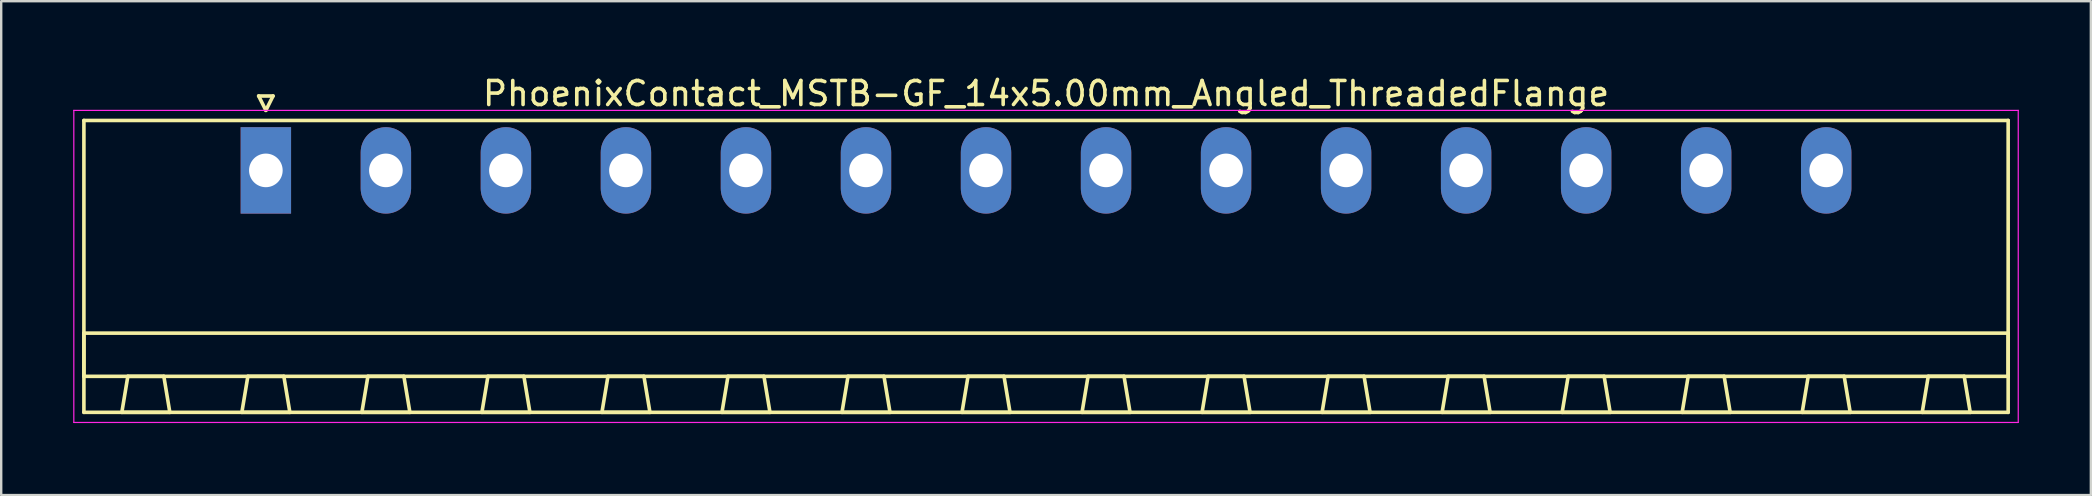
<source format=kicad_pcb>
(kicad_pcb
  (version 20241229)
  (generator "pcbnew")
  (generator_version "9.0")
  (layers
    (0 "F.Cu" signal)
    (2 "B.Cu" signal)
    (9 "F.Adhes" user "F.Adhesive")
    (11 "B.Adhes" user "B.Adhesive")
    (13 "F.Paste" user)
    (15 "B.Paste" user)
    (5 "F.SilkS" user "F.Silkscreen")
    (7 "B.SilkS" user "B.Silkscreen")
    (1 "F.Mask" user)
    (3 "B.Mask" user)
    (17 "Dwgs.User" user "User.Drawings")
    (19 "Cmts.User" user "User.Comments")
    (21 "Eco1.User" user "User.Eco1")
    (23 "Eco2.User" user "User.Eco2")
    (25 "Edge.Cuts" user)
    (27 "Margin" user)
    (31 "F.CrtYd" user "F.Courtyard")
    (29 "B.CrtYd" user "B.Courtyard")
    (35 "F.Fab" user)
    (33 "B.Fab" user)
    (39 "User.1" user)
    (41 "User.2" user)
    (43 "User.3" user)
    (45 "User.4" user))
  (footprint "PhoenixContact_MSTB-GF_14x5.00mm_Angled_ThreadedFlange"
    (layer "F.Cu")
    (at 8.025 4.048)
    (property "Reference" "PhoenixContact_MSTB-GF_14x5.00mm_Angled_ThreadedFlange" (at 32.5 -3.2 0) (layer "F.SilkS") (effects (font (size 1 1) (thickness 0.15))))
    (attr through_hole)
    (fp_line (start -7.58 -2.08) (end -7.58 10.08) (stroke (width 0.15) (type solid)) (layer "F.SilkS"))
    (fp_line (start -7.58 6.78) (end 72.58 6.78) (stroke (width 0.15) (type solid)) (layer "F.SilkS"))
    (fp_line (start -7.58 8.58) (end -7.58 6.78) (stroke (width 0.15) (type solid)) (layer "F.SilkS"))
    (fp_line (start -7.58 10.08) (end 72.58 10.08) (stroke (width 0.15) (type solid)) (layer "F.SilkS"))
    (fp_line (start -6 10.08) (end -4 10.08) (stroke (width 0.15) (type solid)) (layer "F.SilkS"))
    (fp_line (start -5.75 8.58) (end -6 10.08) (stroke (width 0.15) (type solid)) (layer "F.SilkS"))
    (fp_line (start -4.25 8.58) (end -5.75 8.58) (stroke (width 0.15) (type solid)) (layer "F.SilkS"))
    (fp_line (start -4 10.08) (end -4.25 8.58) (stroke (width 0.15) (type solid)) (layer "F.SilkS"))
    (fp_line (start -1 10.08) (end 1 10.08) (stroke (width 0.15) (type solid)) (layer "F.SilkS"))
    (fp_line (start -0.75 8.58) (end -1 10.08) (stroke (width 0.15) (type solid)) (layer "F.SilkS"))
    (fp_line (start -0.3 -3.1) (end 0 -2.5) (stroke (width 0.15) (type solid)) (layer "F.SilkS"))
    (fp_line (start 0 -2.5) (end 0.3 -3.1) (stroke (width 0.15) (type solid)) (layer "F.SilkS"))
    (fp_line (start 0.3 -3.1) (end -0.3 -3.1) (stroke (width 0.15) (type solid)) (layer "F.SilkS"))
    (fp_line (start 0.75 8.58) (end -0.75 8.58) (stroke (width 0.15) (type solid)) (layer "F.SilkS"))
    (fp_line (start 1 10.08) (end 0.75 8.58) (stroke (width 0.15) (type solid)) (layer "F.SilkS"))
    (fp_line (start 4 10.08) (end 6 10.08) (stroke (width 0.15) (type solid)) (layer "F.SilkS"))
    (fp_line (start 4.25 8.58) (end 4 10.08) (stroke (width 0.15) (type solid)) (layer "F.SilkS"))
    (fp_line (start 5.75 8.58) (end 4.25 8.58) (stroke (width 0.15) (type solid)) (layer "F.SilkS"))
    (fp_line (start 6 10.08) (end 5.75 8.58) (stroke (width 0.15) (type solid)) (layer "F.SilkS"))
    (fp_line (start 9 10.08) (end 11 10.08) (stroke (width 0.15) (type solid)) (layer "F.SilkS"))
    (fp_line (start 9.25 8.58) (end 9 10.08) (stroke (width 0.15) (type solid)) (layer "F.SilkS"))
    (fp_line (start 10.75 8.58) (end 9.25 8.58) (stroke (width 0.15) (type solid)) (layer "F.SilkS"))
    (fp_line (start 11 10.08) (end 10.75 8.58) (stroke (width 0.15) (type solid)) (layer "F.SilkS"))
    (fp_line (start 14 10.08) (end 16 10.08) (stroke (width 0.15) (type solid)) (layer "F.SilkS"))
    (fp_line (start 14.25 8.58) (end 14 10.08) (stroke (width 0.15) (type solid)) (layer "F.SilkS"))
    (fp_line (start 15.75 8.58) (end 14.25 8.58) (stroke (width 0.15) (type solid)) (layer "F.SilkS"))
    (fp_line (start 16 10.08) (end 15.75 8.58) (stroke (width 0.15) (type solid)) (layer "F.SilkS"))
    (fp_line (start 19 10.08) (end 21 10.08) (stroke (width 0.15) (type solid)) (layer "F.SilkS"))
    (fp_line (start 19.25 8.58) (end 19 10.08) (stroke (width 0.15) (type solid)) (layer "F.SilkS"))
    (fp_line (start 20.75 8.58) (end 19.25 8.58) (stroke (width 0.15) (type solid)) (layer "F.SilkS"))
    (fp_line (start 21 10.08) (end 20.75 8.58) (stroke (width 0.15) (type solid)) (layer "F.SilkS"))
    (fp_line (start 24 10.08) (end 26 10.08) (stroke (width 0.15) (type solid)) (layer "F.SilkS"))
    (fp_line (start 24.25 8.58) (end 24 10.08) (stroke (width 0.15) (type solid)) (layer "F.SilkS"))
    (fp_line (start 25.75 8.58) (end 24.25 8.58) (stroke (width 0.15) (type solid)) (layer "F.SilkS"))
    (fp_line (start 26 10.08) (end 25.75 8.58) (stroke (width 0.15) (type solid)) (layer "F.SilkS"))
    (fp_line (start 29 10.08) (end 31 10.08) (stroke (width 0.15) (type solid)) (layer "F.SilkS"))
    (fp_line (start 29.25 8.58) (end 29 10.08) (stroke (width 0.15) (type solid)) (layer "F.SilkS"))
    (fp_line (start 30.75 8.58) (end 29.25 8.58) (stroke (width 0.15) (type solid)) (layer "F.SilkS"))
    (fp_line (start 31 10.08) (end 30.75 8.58) (stroke (width 0.15) (type solid)) (layer "F.SilkS"))
    (fp_line (start 34 10.08) (end 36 10.08) (stroke (width 0.15) (type solid)) (layer "F.SilkS"))
    (fp_line (start 34.25 8.58) (end 34 10.08) (stroke (width 0.15) (type solid)) (layer "F.SilkS"))
    (fp_line (start 35.75 8.58) (end 34.25 8.58) (stroke (width 0.15) (type solid)) (layer "F.SilkS"))
    (fp_line (start 36 10.08) (end 35.75 8.58) (stroke (width 0.15) (type solid)) (layer "F.SilkS"))
    (fp_line (start 39 10.08) (end 41 10.08) (stroke (width 0.15) (type solid)) (layer "F.SilkS"))
    (fp_line (start 39.25 8.58) (end 39 10.08) (stroke (width 0.15) (type solid)) (layer "F.SilkS"))
    (fp_line (start 40.75 8.58) (end 39.25 8.58) (stroke (width 0.15) (type solid)) (layer "F.SilkS"))
    (fp_line (start 41 10.08) (end 40.75 8.58) (stroke (width 0.15) (type solid)) (layer "F.SilkS"))
    (fp_line (start 44 10.08) (end 46 10.08) (stroke (width 0.15) (type solid)) (layer "F.SilkS"))
    (fp_line (start 44.25 8.58) (end 44 10.08) (stroke (width 0.15) (type solid)) (layer "F.SilkS"))
    (fp_line (start 45.75 8.58) (end 44.25 8.58) (stroke (width 0.15) (type solid)) (layer "F.SilkS"))
    (fp_line (start 46 10.08) (end 45.75 8.58) (stroke (width 0.15) (type solid)) (layer "F.SilkS"))
    (fp_line (start 49 10.08) (end 51 10.08) (stroke (width 0.15) (type solid)) (layer "F.SilkS"))
    (fp_line (start 49.25 8.58) (end 49 10.08) (stroke (width 0.15) (type solid)) (layer "F.SilkS"))
    (fp_line (start 50.75 8.58) (end 49.25 8.58) (stroke (width 0.15) (type solid)) (layer "F.SilkS"))
    (fp_line (start 51 10.08) (end 50.75 8.58) (stroke (width 0.15) (type solid)) (layer "F.SilkS"))
    (fp_line (start 54 10.08) (end 56 10.08) (stroke (width 0.15) (type solid)) (layer "F.SilkS"))
    (fp_line (start 54.25 8.58) (end 54 10.08) (stroke (width 0.15) (type solid)) (layer "F.SilkS"))
    (fp_line (start 55.75 8.58) (end 54.25 8.58) (stroke (width 0.15) (type solid)) (layer "F.SilkS"))
    (fp_line (start 56 10.08) (end 55.75 8.58) (stroke (width 0.15) (type solid)) (layer "F.SilkS"))
    (fp_line (start 59 10.08) (end 61 10.08) (stroke (width 0.15) (type solid)) (layer "F.SilkS"))
    (fp_line (start 59.25 8.58) (end 59 10.08) (stroke (width 0.15) (type solid)) (layer "F.SilkS"))
    (fp_line (start 60.75 8.58) (end 59.25 8.58) (stroke (width 0.15) (type solid)) (layer "F.SilkS"))
    (fp_line (start 61 10.08) (end 60.75 8.58) (stroke (width 0.15) (type solid)) (layer "F.SilkS"))
    (fp_line (start 64 10.08) (end 66 10.08) (stroke (width 0.15) (type solid)) (layer "F.SilkS"))
    (fp_line (start 64.25 8.58) (end 64 10.08) (stroke (width 0.15) (type solid)) (layer "F.SilkS"))
    (fp_line (start 65.75 8.58) (end 64.25 8.58) (stroke (width 0.15) (type solid)) (layer "F.SilkS"))
    (fp_line (start 66 10.08) (end 65.75 8.58) (stroke (width 0.15) (type solid)) (layer "F.SilkS"))
    (fp_line (start 69 10.08) (end 71 10.08) (stroke (width 0.15) (type solid)) (layer "F.SilkS"))
    (fp_line (start 69.25 8.58) (end 69 10.08) (stroke (width 0.15) (type solid)) (layer "F.SilkS"))
    (fp_line (start 70.75 8.58) (end 69.25 8.58) (stroke (width 0.15) (type solid)) (layer "F.SilkS"))
    (fp_line (start 71 10.08) (end 70.75 8.58) (stroke (width 0.15) (type solid)) (layer "F.SilkS"))
    (fp_line (start 72.58 -2.08) (end -7.58 -2.08) (stroke (width 0.15) (type solid)) (layer "F.SilkS"))
    (fp_line (start 72.58 6.78) (end 72.58 8.58) (stroke (width 0.15) (type solid)) (layer "F.SilkS"))
    (fp_line (start 72.58 8.58) (end -7.58 8.58) (stroke (width 0.15) (type solid)) (layer "F.SilkS"))
    (fp_line (start 72.58 10.08) (end 72.58 -2.08) (stroke (width 0.15) (type solid)) (layer "F.SilkS"))
    (fp_line (start -8 -2.5) (end -8 10.5) (stroke (width 0.05) (type solid)) (layer "F.CrtYd"))
    (fp_line (start -8 10.5) (end 73 10.5) (stroke (width 0.05) (type solid)) (layer "F.CrtYd"))
    (fp_line (start 73 -2.5) (end -8 -2.5) (stroke (width 0.05) (type solid)) (layer "F.CrtYd"))
    (fp_line (start 73 10.5) (end 73 -2.5) (stroke (width 0.05) (type solid)) (layer "F.CrtYd"))
    (pad "1" thru_hole rect (at 0 0) (size 2.1 3.6) (drill 1.4) (layers "*.Cu" "*.Mask"))
    (pad "2" thru_hole oval (at 5 0) (size 2.1 3.6) (drill 1.4) (layers "*.Cu" "*.Mask"))
    (pad "3" thru_hole oval (at 10 0) (size 2.1 3.6) (drill 1.4) (layers "*.Cu" "*.Mask"))
    (pad "4" thru_hole oval (at 15 0) (size 2.1 3.6) (drill 1.4) (layers "*.Cu" "*.Mask"))
    (pad "5" thru_hole oval (at 20 0) (size 2.1 3.6) (drill 1.4) (layers "*.Cu" "*.Mask"))
    (pad "6" thru_hole oval (at 25 0) (size 2.1 3.6) (drill 1.4) (layers "*.Cu" "*.Mask"))
    (pad "7" thru_hole oval (at 30 0) (size 2.1 3.6) (drill 1.4) (layers "*.Cu" "*.Mask"))
    (pad "8" thru_hole oval (at 35 0) (size 2.1 3.6) (drill 1.4) (layers "*.Cu" "*.Mask"))
    (pad "9" thru_hole oval (at 40 0) (size 2.1 3.6) (drill 1.4) (layers "*.Cu" "*.Mask"))
    (pad "10" thru_hole oval (at 45 0) (size 2.1 3.6) (drill 1.4) (layers "*.Cu" "*.Mask"))
    (pad "11" thru_hole oval (at 50 0) (size 2.1 3.6) (drill 1.4) (layers "*.Cu" "*.Mask"))
    (pad "12" thru_hole oval (at 55 0) (size 2.1 3.6) (drill 1.4) (layers "*.Cu" "*.Mask"))
    (pad "13" thru_hole oval (at 60 0) (size 2.1 3.6) (drill 1.4) (layers "*.Cu" "*.Mask"))
    (pad "14" thru_hole oval (at 65 0) (size 2.1 3.6) (drill 1.4) (layers "*.Cu" "*.Mask")))
  (gr_rect
    (start -3 -3)
    (end 84.05 17.573)
    (stroke (width 0.1) (type default))
    (fill no)
    (layer "Edge.Cuts")))
</source>
